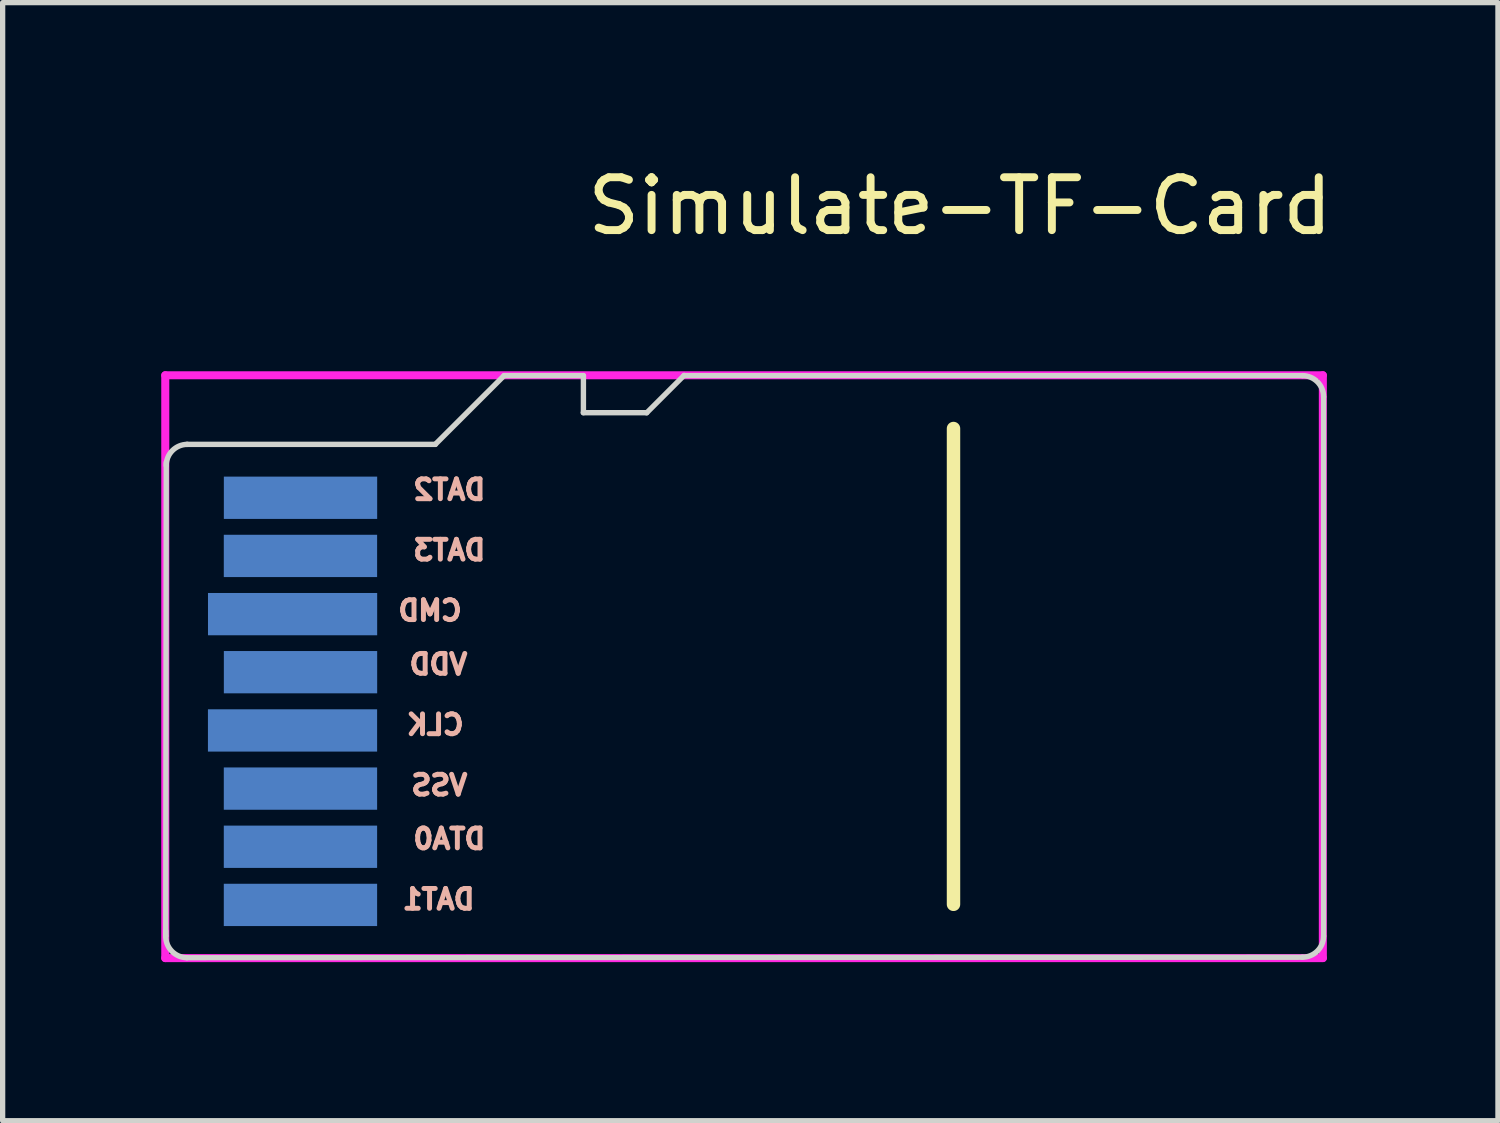
<source format=kicad_pcb>
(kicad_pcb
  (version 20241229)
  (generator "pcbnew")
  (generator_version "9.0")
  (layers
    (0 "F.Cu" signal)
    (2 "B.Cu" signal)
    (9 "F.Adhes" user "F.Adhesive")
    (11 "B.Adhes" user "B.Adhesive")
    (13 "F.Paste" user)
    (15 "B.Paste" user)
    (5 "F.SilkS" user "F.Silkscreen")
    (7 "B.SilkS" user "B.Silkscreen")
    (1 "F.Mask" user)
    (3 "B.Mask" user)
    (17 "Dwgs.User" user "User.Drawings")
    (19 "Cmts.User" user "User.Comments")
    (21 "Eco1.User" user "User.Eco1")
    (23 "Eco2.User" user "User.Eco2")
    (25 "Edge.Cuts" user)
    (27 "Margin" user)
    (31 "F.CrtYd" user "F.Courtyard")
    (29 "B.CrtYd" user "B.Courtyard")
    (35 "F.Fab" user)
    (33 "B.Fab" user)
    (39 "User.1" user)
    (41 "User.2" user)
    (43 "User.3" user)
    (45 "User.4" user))
  (footprint "Simulate-TF-Card"
    (layer "F.Cu")
    (at 7.985 4.055)
    (property "Reference" "Simulate-TF-Card" (at 0 -3.207 0) (layer "F.SilkS") (effects (font (size 1 1) (thickness 0.15)) (justify left)))
    (attr through_hole)
    (fp_line (start 7 1) (end 7 10) (stroke (width 0.254) (type solid)) (layer "F.SilkS"))
    (fp_line (start -7.901 10.599) (end -7.891 1.64) (stroke (width 0.1) (type solid)) (layer "Edge.Cuts"))
    (fp_line (start -7.901 10.6) (end -7.901 10.501) (stroke (width 0.102) (type solid)) (layer "Edge.Cuts"))
    (fp_line (start -7.501 1.3) (end -2.801 1.3) (stroke (width 0.102) (type solid)) (layer "Edge.Cuts"))
    (fp_line (start -7.501 11.01) (end 13.6 11.001) (stroke (width 0.1) (type solid)) (layer "Edge.Cuts"))
    (fp_line (start -1.501 0) (end -2.802 1.3) (stroke (width 0.102) (type solid)) (layer "Edge.Cuts"))
    (fp_line (start -1.501 0) (end 0 0) (stroke (width 0.102) (type solid)) (layer "Edge.Cuts"))
    (fp_line (start -0.002 0.701) (end 1.197 0.701) (stroke (width 0.102) (type solid)) (layer "Edge.Cuts"))
    (fp_line (start 0 0.701) (end 0 0) (stroke (width 0.102) (type solid)) (layer "Edge.Cuts"))
    (fp_line (start 1.9 0) (end 13.601 0) (stroke (width 0.1) (type solid)) (layer "Edge.Cuts"))
    (fp_line (start 1.905 -0.005) (end 1.196 0.704) (stroke (width 0.1) (type solid)) (layer "Edge.Cuts"))
    (fp_line (start 14 10.6) (end 14 0.4) (stroke (width 0.1) (type solid)) (layer "Edge.Cuts"))
    (fp_arc (start -7.891 1.7) (mid -7.773843 1.417157) (end -7.491 1.3) (stroke (width 0.102) (type solid)) (layer "Edge.Cuts"))
    (fp_arc (start -7.50216 11.009902) (mid -7.785422 10.88653) (end -7.901 10.6) (stroke (width 0.102) (type solid)) (layer "Edge.Cuts"))
    (fp_arc (start 13.6 0) (mid 13.882843 0.117157) (end 14 0.4) (stroke (width 0.102) (type solid)) (layer "Edge.Cuts"))
    (fp_arc (start 14 10.6) (mid 13.882843 10.882843) (end 13.6 11) (stroke (width 0.102) (type solid)) (layer "Edge.Cuts"))
    (fp_line (start -7.909 -0.007) (end 13.986 -0.007) (stroke (width 0.152) (type solid)) (layer "F.CrtYd"))
    (fp_line (start -7.909 11.017) (end -7.909 -0.007) (stroke (width 0.152) (type solid)) (layer "F.CrtYd"))
    (fp_line (start 13.986 -0.007) (end 13.986 11.017) (stroke (width 0.152) (type solid)) (layer "F.CrtYd"))
    (fp_line (start 13.986 11.017) (end -7.909 11.017) (stroke (width 0.152) (type solid)) (layer "F.CrtYd"))
    (fp_text user "CLK" (at -2.214 6.604 0) (layer "B.SilkS") (effects (font (size 0.375 0.375) (thickness 0.1)) (justify left mirror)))
    (fp_text user "CMD" (at -2.25 4.445 0) (layer "B.SilkS") (effects (font (size 0.375 0.375) (thickness 0.1)) (justify left mirror)))
    (fp_text user "VSS" (at -2.146 7.747 0) (layer "B.SilkS") (effects (font (size 0.375 0.375) (thickness 0.1)) (justify left mirror)))
    (fp_text user "DTA0" (at -1.805 8.763 0) (layer "B.SilkS") (effects (font (size 0.375 0.375) (thickness 0.1)) (justify left mirror)))
    (fp_text user "DAT1" (at -2.009 9.906 0) (layer "B.SilkS") (effects (font (size 0.375 0.375) (thickness 0.1)) (justify left mirror)))
    (fp_text user "DAT2" (at -1.805 2.159 0) (layer "B.SilkS") (effects (font (size 0.375 0.375) (thickness 0.1)) (justify left mirror)))
    (fp_text user "DAT3" (at -1.805 3.302 0) (layer "B.SilkS") (effects (font (size 0.375 0.375) (thickness 0.1)) (justify left mirror)))
    (fp_text user "VDD" (at -2.146 5.461 0) (layer "B.SilkS") (effects (font (size 0.375 0.375) (thickness 0.1)) (justify left mirror)))
    (pad "1" smd rect (at -5.351 2.31 90) (size 0.8 2.9) (layers "B.Cu" "B.Mask" "B.Paste"))
    (pad "2" smd rect (at -5.352 3.41 90) (size 0.8 2.9) (layers "B.Cu" "B.Mask" "B.Paste"))
    (pad "3" smd rect (at -5.501 4.511 90) (size 0.8 3.2) (layers "B.Cu" "B.Mask" "B.Paste"))
    (pad "4" smd rect (at -5.351 5.609 90) (size 0.8 2.9) (layers "B.Cu" "B.Mask" "B.Paste"))
    (pad "5" smd rect (at -5.502 6.711 90) (size 0.8 3.2) (layers "B.Cu" "B.Mask" "B.Paste"))
    (pad "6" smd rect (at -5.352 7.811 90) (size 0.8 2.9) (layers "B.Cu" "B.Mask" "B.Paste"))
    (pad "7" smd rect (at -5.352 8.911 90) (size 0.8 2.9) (layers "B.Cu" "B.Mask" "B.Paste"))
    (pad "8" smd rect (at -5.352 10.011 90) (size 0.8 2.9) (layers "B.Cu" "B.Mask" "B.Paste")))
  (gr_rect
    (start -3 -3)
    (end 25.283 18.148)
    (stroke (width 0.1) (type default))
    (fill no)
    (layer "Edge.Cuts")))
</source>
